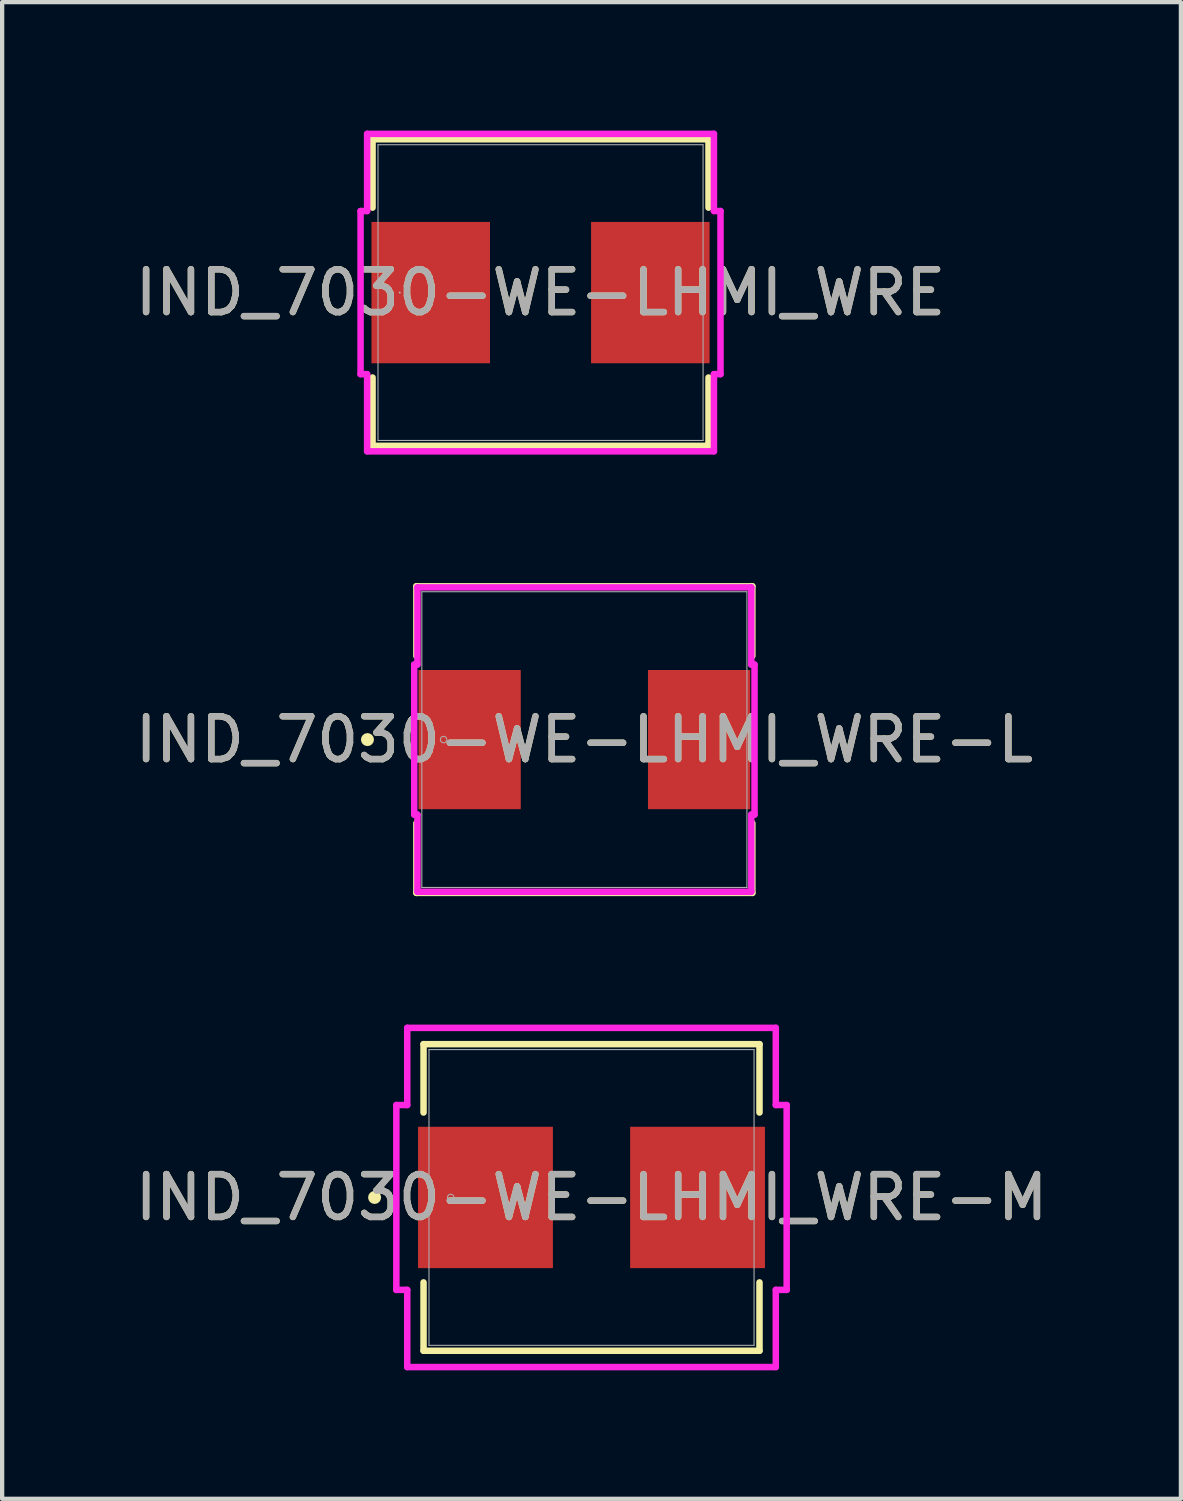
<source format=kicad_pcb>
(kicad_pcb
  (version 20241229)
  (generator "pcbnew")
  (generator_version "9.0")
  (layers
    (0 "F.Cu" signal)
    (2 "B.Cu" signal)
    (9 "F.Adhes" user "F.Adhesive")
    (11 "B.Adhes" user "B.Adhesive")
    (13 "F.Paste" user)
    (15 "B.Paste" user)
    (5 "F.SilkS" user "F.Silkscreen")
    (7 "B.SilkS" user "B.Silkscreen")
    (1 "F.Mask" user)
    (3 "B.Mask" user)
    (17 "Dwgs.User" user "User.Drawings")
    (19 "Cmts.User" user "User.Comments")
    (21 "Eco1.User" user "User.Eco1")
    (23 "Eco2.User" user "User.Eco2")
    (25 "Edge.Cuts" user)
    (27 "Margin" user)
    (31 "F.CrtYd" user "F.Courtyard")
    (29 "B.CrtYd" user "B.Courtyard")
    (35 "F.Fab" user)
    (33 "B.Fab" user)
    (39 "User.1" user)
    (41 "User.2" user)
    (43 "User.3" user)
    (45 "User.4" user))
  (footprint "IND_7030-WE-LHMI_WRE-L"
    (layer "F.Cu")
    (at 10.601 14.227)
    (property "Reference" "IND_7030-WE-LHMI_WRE-L" (at 0 0 0) (unlocked yes) (layer "F.SilkS") (effects (font (size 1 1) (thickness 0.15))))
    (attr smd)
    (fp_line (start -3.924 -3.581) (end -3.924 -1.954) (stroke (width 0.152) (type solid)) (layer "F.SilkS"))
    (fp_line (start -3.924 1.954) (end -3.924 3.581) (stroke (width 0.152) (type solid)) (layer "F.SilkS"))
    (fp_line (start -3.924 3.581) (end 3.924 3.581) (stroke (width 0.152) (type solid)) (layer "F.SilkS"))
    (fp_line (start 3.924 -3.581) (end -3.924 -3.581) (stroke (width 0.152) (type solid)) (layer "F.SilkS"))
    (fp_line (start 3.924 -1.954) (end 3.924 -3.581) (stroke (width 0.152) (type solid)) (layer "F.SilkS"))
    (fp_line (start 3.924 3.581) (end 3.924 1.954) (stroke (width 0.152) (type solid)) (layer "F.SilkS"))
    (fp_circle (center -5.067 0) (end -4.991 0) (stroke (width 0.152) (type solid)) (fill no) (layer "F.SilkS"))
    (fp_line (start -3.975 -1.753) (end -3.899 -1.753) (stroke (width 0.152) (type solid)) (layer "F.CrtYd"))
    (fp_line (start -3.975 1.753) (end -3.975 -1.753) (stroke (width 0.152) (type solid)) (layer "F.CrtYd"))
    (fp_line (start -3.899 -3.556) (end 3.899 -3.556) (stroke (width 0.152) (type solid)) (layer "F.CrtYd"))
    (fp_line (start -3.899 -1.753) (end -3.899 -3.556) (stroke (width 0.152) (type solid)) (layer "F.CrtYd"))
    (fp_line (start -3.899 1.753) (end -3.975 1.753) (stroke (width 0.152) (type solid)) (layer "F.CrtYd"))
    (fp_line (start -3.899 3.556) (end -3.899 1.753) (stroke (width 0.152) (type solid)) (layer "F.CrtYd"))
    (fp_line (start 3.899 -3.556) (end 3.899 -1.753) (stroke (width 0.152) (type solid)) (layer "F.CrtYd"))
    (fp_line (start 3.899 -1.753) (end 3.975 -1.753) (stroke (width 0.152) (type solid)) (layer "F.CrtYd"))
    (fp_line (start 3.899 1.753) (end 3.899 3.556) (stroke (width 0.152) (type solid)) (layer "F.CrtYd"))
    (fp_line (start 3.899 3.556) (end -3.899 3.556) (stroke (width 0.152) (type solid)) (layer "F.CrtYd"))
    (fp_line (start 3.975 -1.753) (end 3.975 1.753) (stroke (width 0.152) (type solid)) (layer "F.CrtYd"))
    (fp_line (start 3.975 1.753) (end 3.899 1.753) (stroke (width 0.152) (type solid)) (layer "F.CrtYd"))
    (fp_line (start -3.797 -3.454) (end -3.797 3.454) (stroke (width 0.025) (type solid)) (layer "F.Fab"))
    (fp_line (start -3.797 3.454) (end 3.797 3.454) (stroke (width 0.025) (type solid)) (layer "F.Fab"))
    (fp_line (start 3.797 -3.454) (end -3.797 -3.454) (stroke (width 0.025) (type solid)) (layer "F.Fab"))
    (fp_line (start 3.797 3.454) (end 3.797 -3.454) (stroke (width 0.025) (type solid)) (layer "F.Fab"))
    (fp_circle (center -3.289 0) (end -3.213 0) (stroke (width 0.025) (type solid)) (fill no) (layer "F.Fab"))
    (fp_text user "${REFERENCE}" (at 0 0 0) (unlocked yes) (layer "F.Fab") (effects (font (size 1 1) (thickness 0.15))))
    (pad "1" smd rect (at -2.68 0 90) (size 3.251 2.388) (layers "F.Cu" "F.Mask" "F.Paste"))
    (pad "2" smd rect (at 2.68 0 90) (size 3.251 2.388) (layers "F.Cu" "F.Mask" "F.Paste"))
    (zone (net_name "") (layer "F.Cu") (hatch full 0.508) (connect_pads) (min_thickness 0.254) (filled_areas_thickness no) (keepout (tracks not_allowed) (vias not_allowed) (pads allowed) (copperpour not_allowed) (footprints allowed)) (placement (enabled no)) (fill) (polygon (pts (xy 6.855 10.823) (xy 14.348 10.823) (xy 14.348 12.525) (xy 6.855 12.525))))
    (zone (net_name "") (layer "F.Cu") (hatch full 0.508) (connect_pads) (min_thickness 0.254) (filled_areas_thickness no) (keepout (tracks not_allowed) (vias not_allowed) (pads allowed) (copperpour not_allowed) (footprints allowed)) (placement (enabled no)) (fill) (polygon (pts (xy 6.855 15.929) (xy 14.348 15.929) (xy 14.348 17.63) (xy 6.855 17.63))))
    (zone (net_name "") (layer "F.Cu") (hatch full 0.508) (connect_pads) (min_thickness 0.254) (filled_areas_thickness no) (keepout (tracks not_allowed) (vias not_allowed) (pads allowed) (copperpour not_allowed) (footprints allowed)) (placement (enabled no)) (fill) (polygon (pts (xy 9.166 12.525) (xy 12.036 12.525) (xy 12.036 15.929) (xy 9.166 15.929)))))
  (footprint "IND_7030-WE-LHMI_WRE"
    (layer "F.Cu")
    (at 9.577 3.785)
    (property "Reference" "IND_7030-WE-LHMI_WRE" (at 0 0 0) (unlocked yes) (layer "F.SilkS") (effects (font (size 1 1) (thickness 0.15))))
    (attr smd)
    (fp_line (start -3.924 -3.581) (end -3.924 -1.984) (stroke (width 0.152) (type solid)) (layer "F.SilkS"))
    (fp_line (start -3.924 1.984) (end -3.924 3.581) (stroke (width 0.152) (type solid)) (layer "F.SilkS"))
    (fp_line (start -3.924 3.581) (end 3.924 3.581) (stroke (width 0.152) (type solid)) (layer "F.SilkS"))
    (fp_line (start 3.924 -3.581) (end -3.924 -3.581) (stroke (width 0.152) (type solid)) (layer "F.SilkS"))
    (fp_line (start 3.924 -1.984) (end 3.924 -3.581) (stroke (width 0.152) (type solid)) (layer "F.SilkS"))
    (fp_line (start 3.924 3.581) (end 3.924 1.984) (stroke (width 0.152) (type solid)) (layer "F.SilkS"))
    (fp_line (start -4.204 -1.905) (end -4.051 -1.905) (stroke (width 0.152) (type solid)) (layer "F.CrtYd"))
    (fp_line (start -4.204 1.905) (end -4.204 -1.905) (stroke (width 0.152) (type solid)) (layer "F.CrtYd"))
    (fp_line (start -4.051 -3.708) (end 4.051 -3.708) (stroke (width 0.152) (type solid)) (layer "F.CrtYd"))
    (fp_line (start -4.051 -1.905) (end -4.051 -3.708) (stroke (width 0.152) (type solid)) (layer "F.CrtYd"))
    (fp_line (start -4.051 1.905) (end -4.204 1.905) (stroke (width 0.152) (type solid)) (layer "F.CrtYd"))
    (fp_line (start -4.051 3.708) (end -4.051 1.905) (stroke (width 0.152) (type solid)) (layer "F.CrtYd"))
    (fp_line (start 4.051 -3.708) (end 4.051 -1.905) (stroke (width 0.152) (type solid)) (layer "F.CrtYd"))
    (fp_line (start 4.051 -1.905) (end 4.204 -1.905) (stroke (width 0.152) (type solid)) (layer "F.CrtYd"))
    (fp_line (start 4.051 1.905) (end 4.051 3.708) (stroke (width 0.152) (type solid)) (layer "F.CrtYd"))
    (fp_line (start 4.051 3.708) (end -4.051 3.708) (stroke (width 0.152) (type solid)) (layer "F.CrtYd"))
    (fp_line (start 4.204 -1.905) (end 4.204 1.905) (stroke (width 0.152) (type solid)) (layer "F.CrtYd"))
    (fp_line (start 4.204 1.905) (end 4.051 1.905) (stroke (width 0.152) (type solid)) (layer "F.CrtYd"))
    (fp_line (start -3.797 -3.454) (end -3.797 3.454) (stroke (width 0.025) (type solid)) (layer "F.Fab"))
    (fp_line (start -3.797 3.454) (end 3.797 3.454) (stroke (width 0.025) (type solid)) (layer "F.Fab"))
    (fp_line (start 3.797 -3.454) (end -3.797 -3.454) (stroke (width 0.025) (type solid)) (layer "F.Fab"))
    (fp_line (start 3.797 3.454) (end 3.797 -3.454) (stroke (width 0.025) (type solid)) (layer "F.Fab"))
    (fp_circle (center -3.289 0) (end -3.289 0) (stroke (width 0.025) (type solid)) (fill no) (layer "F.Fab"))
    (fp_text user "${REFERENCE}" (at 0 0 0) (unlocked yes) (layer "F.Fab") (effects (font (size 1 1) (thickness 0.15))))
    (pad "1" smd rect (at -2.565 0 90) (size 3.302 2.769) (layers "F.Cu" "F.Mask" "F.Paste"))
    (pad "2" smd rect (at 2.565 0 90) (size 3.302 2.769) (layers "F.Cu" "F.Mask" "F.Paste"))
    (zone (net_name "") (layer "F.Cu") (hatch full 0.508) (connect_pads) (min_thickness 0.254) (filled_areas_thickness no) (keepout (tracks not_allowed) (vias not_allowed) (pads allowed) (copperpour not_allowed) (footprints allowed)) (placement (enabled no)) (fill) (polygon (pts (xy 5.831 0.381) (xy 13.324 0.381) (xy 13.324 2.083) (xy 5.831 2.083))))
    (zone (net_name "") (layer "F.Cu") (hatch full 0.508) (connect_pads) (min_thickness 0.254) (filled_areas_thickness no) (keepout (tracks not_allowed) (vias not_allowed) (pads allowed) (copperpour not_allowed) (footprints allowed)) (placement (enabled no)) (fill) (polygon (pts (xy 5.831 5.486) (xy 13.324 5.486) (xy 13.324 7.188) (xy 5.831 7.188))))
    (zone (net_name "") (layer "F.Cu") (hatch full 0.508) (connect_pads) (min_thickness 0.254) (filled_areas_thickness no) (keepout (tracks not_allowed) (vias not_allowed) (pads allowed) (copperpour not_allowed) (footprints allowed)) (placement (enabled no)) (fill) (polygon (pts (xy 8.447 2.083) (xy 10.708 2.083) (xy 10.708 5.486) (xy 8.447 5.486)))))
  (footprint "IND_7030-WE-LHMI_WRE-M"
    (layer "F.Cu")
    (at 10.768 24.923)
    (property "Reference" "IND_7030-WE-LHMI_WRE-M" (at 0 0 0) (unlocked yes) (layer "F.SilkS") (effects (font (size 1 1) (thickness 0.15))))
    (attr smd)
    (fp_line (start -3.924 -3.581) (end -3.924 -1.984) (stroke (width 0.152) (type solid)) (layer "F.SilkS"))
    (fp_line (start -3.924 1.984) (end -3.924 3.581) (stroke (width 0.152) (type solid)) (layer "F.SilkS"))
    (fp_line (start -3.924 3.581) (end 3.924 3.581) (stroke (width 0.152) (type solid)) (layer "F.SilkS"))
    (fp_line (start 3.924 -3.581) (end -3.924 -3.581) (stroke (width 0.152) (type solid)) (layer "F.SilkS"))
    (fp_line (start 3.924 -1.984) (end 3.924 -3.581) (stroke (width 0.152) (type solid)) (layer "F.SilkS"))
    (fp_line (start 3.924 3.581) (end 3.924 1.984) (stroke (width 0.152) (type solid)) (layer "F.SilkS"))
    (fp_circle (center -5.067 0) (end -4.991 0) (stroke (width 0.152) (type solid)) (fill no) (layer "F.SilkS"))
    (fp_line (start -4.559 -2.159) (end -4.305 -2.159) (stroke (width 0.152) (type solid)) (layer "F.CrtYd"))
    (fp_line (start -4.559 2.159) (end -4.559 -2.159) (stroke (width 0.152) (type solid)) (layer "F.CrtYd"))
    (fp_line (start -4.305 -3.962) (end 4.305 -3.962) (stroke (width 0.152) (type solid)) (layer "F.CrtYd"))
    (fp_line (start -4.305 -2.159) (end -4.305 -3.962) (stroke (width 0.152) (type solid)) (layer "F.CrtYd"))
    (fp_line (start -4.305 2.159) (end -4.559 2.159) (stroke (width 0.152) (type solid)) (layer "F.CrtYd"))
    (fp_line (start -4.305 3.962) (end -4.305 2.159) (stroke (width 0.152) (type solid)) (layer "F.CrtYd"))
    (fp_line (start 4.305 -3.962) (end 4.305 -2.159) (stroke (width 0.152) (type solid)) (layer "F.CrtYd"))
    (fp_line (start 4.305 -2.159) (end 4.559 -2.159) (stroke (width 0.152) (type solid)) (layer "F.CrtYd"))
    (fp_line (start 4.305 2.159) (end 4.305 3.962) (stroke (width 0.152) (type solid)) (layer "F.CrtYd"))
    (fp_line (start 4.305 3.962) (end -4.305 3.962) (stroke (width 0.152) (type solid)) (layer "F.CrtYd"))
    (fp_line (start 4.559 -2.159) (end 4.559 2.159) (stroke (width 0.152) (type solid)) (layer "F.CrtYd"))
    (fp_line (start 4.559 2.159) (end 4.305 2.159) (stroke (width 0.152) (type solid)) (layer "F.CrtYd"))
    (fp_line (start -3.797 -3.454) (end -3.797 3.454) (stroke (width 0.025) (type solid)) (layer "F.Fab"))
    (fp_line (start -3.797 3.454) (end 3.797 3.454) (stroke (width 0.025) (type solid)) (layer "F.Fab"))
    (fp_line (start 3.797 -3.454) (end -3.797 -3.454) (stroke (width 0.025) (type solid)) (layer "F.Fab"))
    (fp_line (start 3.797 3.454) (end 3.797 -3.454) (stroke (width 0.025) (type solid)) (layer "F.Fab"))
    (fp_circle (center -3.289 0) (end -3.213 0) (stroke (width 0.025) (type solid)) (fill no) (layer "F.Fab"))
    (fp_text user "${REFERENCE}" (at 0 0 0) (unlocked yes) (layer "F.Fab") (effects (font (size 1 1) (thickness 0.15))))
    (pad "1" smd rect (at -2.477 0 90) (size 3.302 3.15) (layers "F.Cu" "F.Mask" "F.Paste"))
    (pad "2" smd rect (at 2.477 0 90) (size 3.302 3.15) (layers "F.Cu" "F.Mask" "F.Paste"))
    (zone (net_name "") (layer "F.Cu") (hatch full 0.508) (connect_pads) (min_thickness 0.254) (filled_areas_thickness no) (keepout (tracks not_allowed) (vias not_allowed) (pads allowed) (copperpour not_allowed) (footprints allowed)) (placement (enabled no)) (fill) (polygon (pts (xy 7.021 21.519) (xy 14.514 21.519) (xy 14.514 23.221) (xy 7.021 23.221))))
    (zone (net_name "") (layer "F.Cu") (hatch full 0.508) (connect_pads) (min_thickness 0.254) (filled_areas_thickness no) (keepout (tracks not_allowed) (vias not_allowed) (pads allowed) (copperpour not_allowed) (footprints allowed)) (placement (enabled no)) (fill) (polygon (pts (xy 7.021 26.625) (xy 14.514 26.625) (xy 14.514 28.327) (xy 7.021 28.327))))
    (zone (net_name "") (layer "F.Cu") (hatch full 0.508) (connect_pads) (min_thickness 0.254) (filled_areas_thickness no) (keepout (tracks not_allowed) (vias not_allowed) (pads allowed) (copperpour not_allowed) (footprints allowed)) (placement (enabled no)) (fill) (polygon (pts (xy 9.917 23.221) (xy 11.619 23.221) (xy 11.619 26.625) (xy 9.917 26.625)))))
  (gr_rect
    (start -3 -3)
    (end 24.536 31.962)
    (stroke (width 0.1) (type default))
    (fill no)
    (layer "Edge.Cuts")))
</source>
